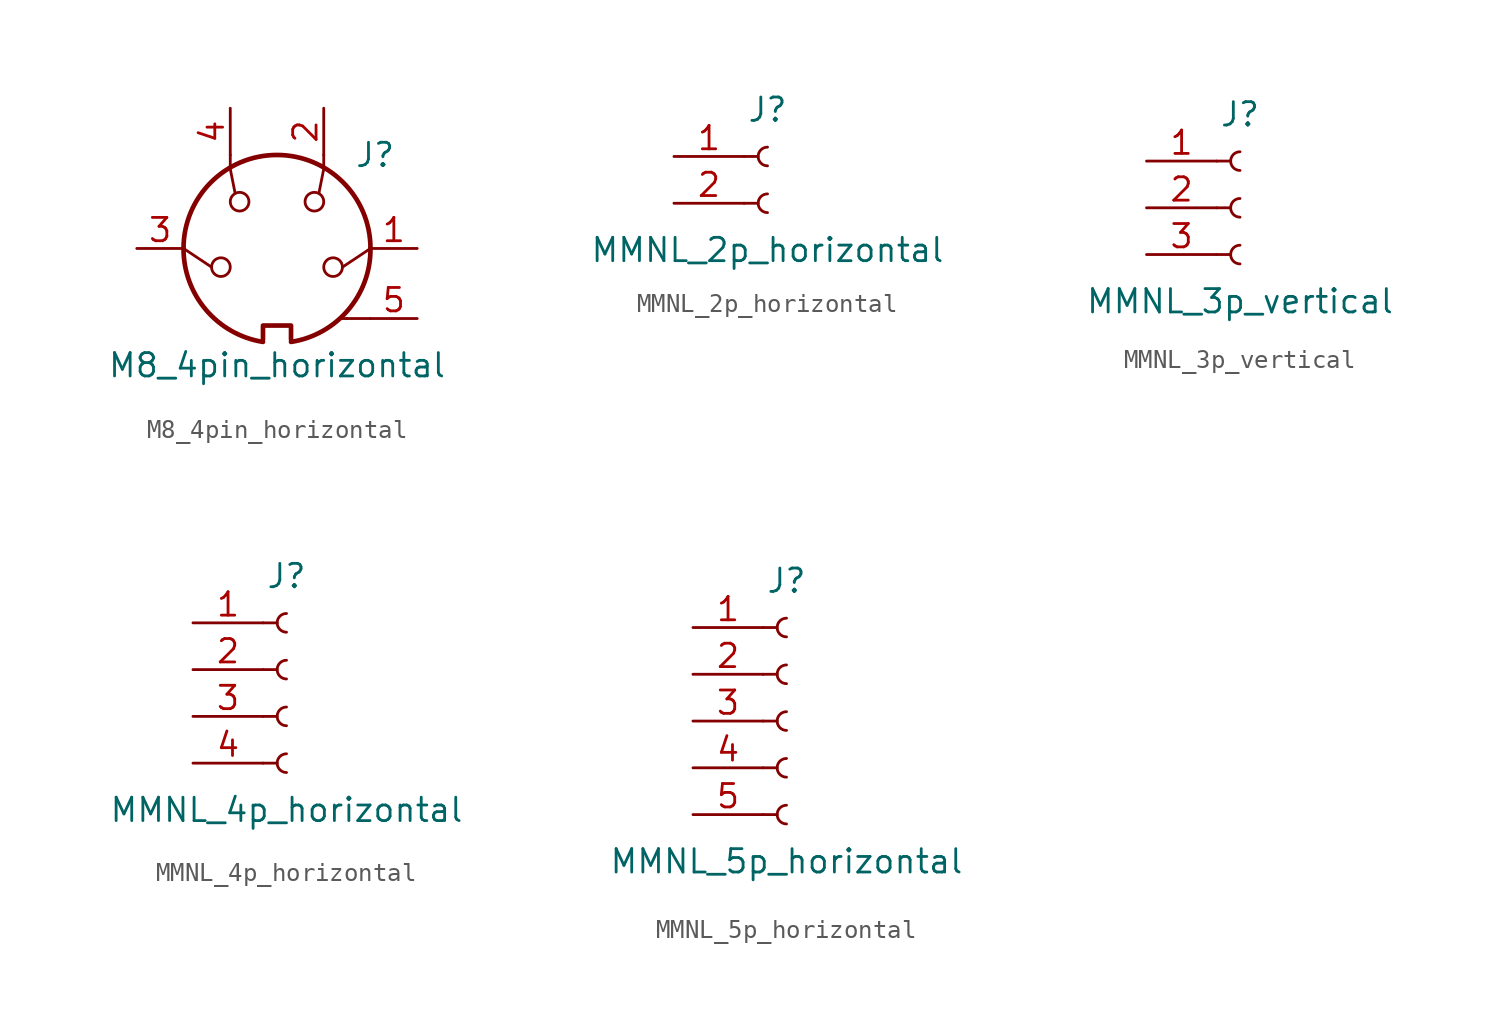
<source format=kicad_sym>
(kicad_symbol_lib
  (version 20220914)
  (generator kicad_symbol_editor)
  (symbol "M8_4pin_horizontal"
    (pin_names
      (offset 1.016))
    (property "Reference" "J"
      (at 5.334 5.08 0)
      (effects (font (size 1.27 1.27))))
    (property "Value" "M8_4pin_horizontal"
      (at 0 -6.35 0)
      (effects (font (size 1.27 1.27))))
    (symbol "M8_4pin_horizontal_0_1"
      (arc (start -5.08 0) (mid -3.8597 -3.3379) (end -0.762 -5.08) (stroke (width 0.254) (type default)) (fill (type none)))
      (circle (center -3.048 -1.016) (radius 0.508) (stroke (width 0) (type default)) (fill (type none)))
      (circle (center -2.032 2.54) (radius 0.508) (stroke (width 0) (type default)) (fill (type none)))
      (polyline (pts (xy -3.556 -1.016) (xy -5.08 0)) (stroke (width 0) (type default)) (fill (type none)))
      (polyline (pts (xy 3.81 -3.81) (xy 3.556 -3.81)) (stroke (width 0) (type default)) (fill (type none)))
      (polyline (pts (xy 5.08 -3.81) (xy 3.81 -3.81)) (stroke (width 0) (type default)) (fill (type none)))
      (polyline (pts (xy 5.08 0) (xy 3.556 -1.016)) (stroke (width 0) (type default)) (fill (type none)))
      (polyline (pts (xy -2.54 5.08) (xy -2.54 4.318) (xy -2.286 3.048)) (stroke (width 0) (type default)) (fill (type none)))
      (polyline (pts (xy 2.54 5.08) (xy 2.54 4.318) (xy 2.286 3.048)) (stroke (width 0) (type default)) (fill (type none)))
      (polyline (pts (xy -0.762 -4.953) (xy -0.762 -4.191) (xy 0.762 -4.191) (xy 0.762 -4.953)) (stroke (width 0.254) (type default)) (fill (type none)))
      (arc (start 0.762 -5.08) (mid 3.8673 -3.3444) (end 5.08 0) (stroke (width 0.254) (type default)) (fill (type none)))
      (circle (center 2.032 2.54) (radius 0.508) (stroke (width 0) (type default)) (fill (type none)))
      (circle (center 3.048 -1.016) (radius 0.508) (stroke (width 0) (type default)) (fill (type none)))
      (arc (start 5.08 0) (mid 0 5.0579) (end -5.08 0) (stroke (width 0.254) (type default)) (fill (type none))))
    (symbol "M8_4pin_horizontal_1_1"
      (pin passive line (at 7.62 0 180) (length 2.54) (name "~" (effects (font (size 1.27 1.27)))) (number "1" (effects (font (size 1.27 1.27)))))
      (pin passive line (at 2.54 7.62 270) (length 2.54) (name "~" (effects (font (size 1.27 1.27)))) (number "2" (effects (font (size 1.27 1.27)))))
      (pin passive line (at -7.62 0 0) (length 2.54) (name "~" (effects (font (size 1.27 1.27)))) (number "3" (effects (font (size 1.27 1.27)))))
      (pin passive line (at -2.54 7.62 270) (length 2.54) (name "~" (effects (font (size 1.27 1.27)))) (number "4" (effects (font (size 1.27 1.27)))))
      (pin passive line (at 7.62 -3.81 180) (length 2.54) (name "~" (effects (font (size 1.27 1.27)))) (number "5" (effects (font (size 1.27 1.27)))))))
  (symbol "MMNL_2p_horizontal"
    (pin_names
      (offset 1.016) hide)
    (property "Reference" "J"
      (at 0 2.54 0)
      (effects (font (size 1.27 1.27))))
    (property "Value" "MMNL_2p_horizontal"
      (at 0 -5.08 0)
      (effects (font (size 1.27 1.27))))
    (symbol "MMNL_2p_horizontal_1_1"
      (arc (start 0 -2.032) (mid -0.5058 -2.54) (end 0 -3.048) (stroke (width 0.1524) (type default)) (fill (type none)))
      (polyline (pts (xy -1.27 -2.54) (xy -0.508 -2.54)) (stroke (width 0.152) (type default)) (fill (type none)))
      (polyline (pts (xy -1.27 0) (xy -0.508 0)) (stroke (width 0.152) (type default)) (fill (type none)))
      (arc (start 0 0.508) (mid -0.5058 0) (end 0 -0.508) (stroke (width 0.1524) (type default)) (fill (type none)))
      (pin passive line (at -5.08 0 0) (length 3.81) (name "Pin_1" (effects (font (size 1.27 1.27)))) (number "1" (effects (font (size 1.27 1.27)))))
      (pin passive line (at -5.08 -2.54 0) (length 3.81) (name "Pin_2" (effects (font (size 1.27 1.27)))) (number "2" (effects (font (size 1.27 1.27)))))))
  (symbol "MMNL_3p_vertical"
    (pin_names
      (offset 1.016) hide)
    (property "Reference" "J"
      (at 0 5.08 0)
      (effects (font (size 1.27 1.27))))
    (property "Value" "MMNL_3p_vertical"
      (at 0 -5.08 0)
      (effects (font (size 1.27 1.27))))
    (symbol "MMNL_3p_vertical_1_1"
      (arc (start 0 -2.032) (mid -0.5058 -2.54) (end 0 -3.048) (stroke (width 0.1524) (type default)) (fill (type none)))
      (polyline (pts (xy -1.27 -2.54) (xy -0.508 -2.54)) (stroke (width 0.152) (type default)) (fill (type none)))
      (polyline (pts (xy -1.27 0) (xy -0.508 0)) (stroke (width 0.152) (type default)) (fill (type none)))
      (polyline (pts (xy -1.27 2.54) (xy -0.508 2.54)) (stroke (width 0.152) (type default)) (fill (type none)))
      (arc (start 0 0.508) (mid -0.5058 0) (end 0 -0.508) (stroke (width 0.1524) (type default)) (fill (type none)))
      (arc (start 0 3.048) (mid -0.5058 2.54) (end 0 2.032) (stroke (width 0.1524) (type default)) (fill (type none)))
      (pin passive line (at -5.08 2.54 0) (length 3.81) (name "Pin_1" (effects (font (size 1.27 1.27)))) (number "1" (effects (font (size 1.27 1.27)))))
      (pin passive line (at -5.08 0 0) (length 3.81) (name "Pin_2" (effects (font (size 1.27 1.27)))) (number "2" (effects (font (size 1.27 1.27)))))
      (pin passive line (at -5.08 -2.54 0) (length 3.81) (name "Pin_3" (effects (font (size 1.27 1.27)))) (number "3" (effects (font (size 1.27 1.27)))))))
  (symbol "MMNL_4p_horizontal"
    (pin_names
      (offset 1.016) hide)
    (property "Reference" "J"
      (at 0 5.08 0)
      (effects (font (size 1.27 1.27))))
    (property "Value" "MMNL_4p_horizontal"
      (at 0 -7.62 0)
      (effects (font (size 1.27 1.27))))
    (symbol "MMNL_4p_horizontal_1_1"
      (arc (start 0 -4.572) (mid -0.5058 -5.08) (end 0 -5.588) (stroke (width 0.1524) (type default)) (fill (type none)))
      (arc (start 0 -2.032) (mid -0.5058 -2.54) (end 0 -3.048) (stroke (width 0.1524) (type default)) (fill (type none)))
      (polyline (pts (xy -1.27 -5.08) (xy -0.508 -5.08)) (stroke (width 0.152) (type default)) (fill (type none)))
      (polyline (pts (xy -1.27 -2.54) (xy -0.508 -2.54)) (stroke (width 0.152) (type default)) (fill (type none)))
      (polyline (pts (xy -1.27 0) (xy -0.508 0)) (stroke (width 0.152) (type default)) (fill (type none)))
      (polyline (pts (xy -1.27 2.54) (xy -0.508 2.54)) (stroke (width 0.152) (type default)) (fill (type none)))
      (arc (start 0 0.508) (mid -0.5058 0) (end 0 -0.508) (stroke (width 0.1524) (type default)) (fill (type none)))
      (arc (start 0 3.048) (mid -0.5058 2.54) (end 0 2.032) (stroke (width 0.1524) (type default)) (fill (type none)))
      (pin passive line (at -5.08 2.54 0) (length 3.81) (name "Pin_1" (effects (font (size 1.27 1.27)))) (number "1" (effects (font (size 1.27 1.27)))))
      (pin passive line (at -5.08 0 0) (length 3.81) (name "Pin_2" (effects (font (size 1.27 1.27)))) (number "2" (effects (font (size 1.27 1.27)))))
      (pin passive line (at -5.08 -2.54 0) (length 3.81) (name "Pin_3" (effects (font (size 1.27 1.27)))) (number "3" (effects (font (size 1.27 1.27)))))
      (pin passive line (at -5.08 -5.08 0) (length 3.81) (name "Pin_4" (effects (font (size 1.27 1.27)))) (number "4" (effects (font (size 1.27 1.27)))))))
  (symbol "MMNL_5p_horizontal"
    (pin_names
      (offset 1.016) hide)
    (property "Reference" "J"
      (at 0 7.62 0)
      (effects (font (size 1.27 1.27))))
    (property "Value" "MMNL_5p_horizontal"
      (at 0 -7.62 0)
      (effects (font (size 1.27 1.27))))
    (symbol "MMNL_5p_horizontal_1_1"
      (arc (start 0 -4.572) (mid -0.5058 -5.08) (end 0 -5.588) (stroke (width 0.1524) (type default)) (fill (type none)))
      (arc (start 0 -2.032) (mid -0.5058 -2.54) (end 0 -3.048) (stroke (width 0.1524) (type default)) (fill (type none)))
      (polyline (pts (xy -1.27 -5.08) (xy -0.508 -5.08)) (stroke (width 0.152) (type default)) (fill (type none)))
      (polyline (pts (xy -1.27 -2.54) (xy -0.508 -2.54)) (stroke (width 0.152) (type default)) (fill (type none)))
      (polyline (pts (xy -1.27 0) (xy -0.508 0)) (stroke (width 0.152) (type default)) (fill (type none)))
      (polyline (pts (xy -1.27 2.54) (xy -0.508 2.54)) (stroke (width 0.152) (type default)) (fill (type none)))
      (polyline (pts (xy -1.27 5.08) (xy -0.508 5.08)) (stroke (width 0.152) (type default)) (fill (type none)))
      (arc (start 0 0.508) (mid -0.5058 0) (end 0 -0.508) (stroke (width 0.1524) (type default)) (fill (type none)))
      (arc (start 0 3.048) (mid -0.5058 2.54) (end 0 2.032) (stroke (width 0.1524) (type default)) (fill (type none)))
      (arc (start 0 5.588) (mid -0.5058 5.08) (end 0 4.572) (stroke (width 0.1524) (type default)) (fill (type none)))
      (pin passive line (at -5.08 5.08 0) (length 3.81) (name "Pin_1" (effects (font (size 1.27 1.27)))) (number "1" (effects (font (size 1.27 1.27)))))
      (pin passive line (at -5.08 2.54 0) (length 3.81) (name "Pin_2" (effects (font (size 1.27 1.27)))) (number "2" (effects (font (size 1.27 1.27)))))
      (pin passive line (at -5.08 0 0) (length 3.81) (name "Pin_3" (effects (font (size 1.27 1.27)))) (number "3" (effects (font (size 1.27 1.27)))))
      (pin passive line (at -5.08 -2.54 0) (length 3.81) (name "Pin_4" (effects (font (size 1.27 1.27)))) (number "4" (effects (font (size 1.27 1.27)))))
      (pin passive line (at -5.08 -5.08 0) (length 3.81) (name "Pin_5" (effects (font (size 1.27 1.27)))) (number "5" (effects (font (size 1.27 1.27))))))))
</source>
